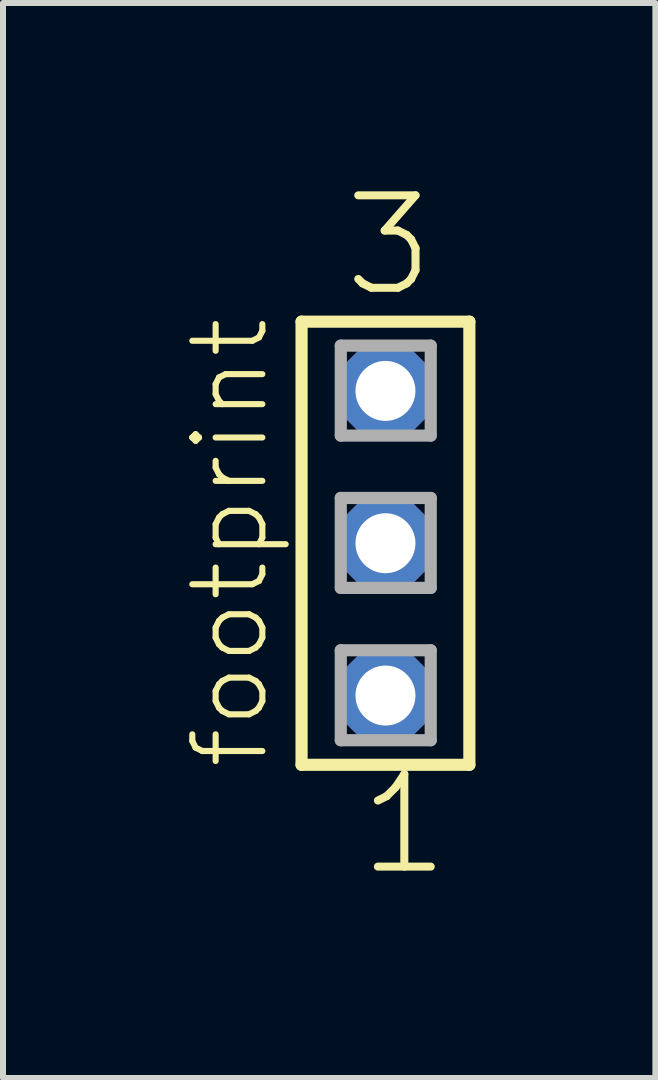
<source format=kicad_pcb>
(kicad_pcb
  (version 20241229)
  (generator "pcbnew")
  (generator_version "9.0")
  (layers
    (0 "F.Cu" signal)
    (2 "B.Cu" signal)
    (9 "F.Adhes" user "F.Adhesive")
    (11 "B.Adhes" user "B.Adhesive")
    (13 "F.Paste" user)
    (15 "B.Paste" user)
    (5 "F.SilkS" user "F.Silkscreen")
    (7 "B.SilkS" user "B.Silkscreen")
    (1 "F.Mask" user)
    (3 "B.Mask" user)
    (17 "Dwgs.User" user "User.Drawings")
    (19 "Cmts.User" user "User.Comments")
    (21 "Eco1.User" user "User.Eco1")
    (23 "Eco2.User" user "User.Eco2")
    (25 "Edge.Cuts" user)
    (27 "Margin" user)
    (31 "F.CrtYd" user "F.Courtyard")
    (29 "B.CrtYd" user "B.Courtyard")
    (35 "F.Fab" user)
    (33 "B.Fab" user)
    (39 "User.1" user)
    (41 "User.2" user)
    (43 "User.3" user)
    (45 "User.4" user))
  (footprint "footprint"
    (layer "F.Cu")
    (at 3.378 6.009)
    (property "Reference" "footprint" (at -1.905 3.81 90) (layer "F.SilkS") (effects (font (size 1.168 1.168) (thickness 0.102)) (justify left bottom)))
    (fp_line (start -1.399 -3.695) (end 1.399 -3.695) (stroke (width 0.203) (type solid)) (layer "F.SilkS"))
    (fp_line (start -1.399 3.695) (end -1.399 -3.695) (stroke (width 0.203) (type solid)) (layer "F.SilkS"))
    (fp_line (start 1.399 -3.695) (end 1.399 3.695) (stroke (width 0.203) (type solid)) (layer "F.SilkS"))
    (fp_line (start 1.399 3.695) (end -1.399 3.695) (stroke (width 0.203) (type solid)) (layer "F.SilkS"))
    (fp_line (start -0.745 -3.295) (end 0.755 -3.295) (stroke (width 0.203) (type solid)) (layer "F.Fab"))
    (fp_line (start -0.745 -1.795) (end -0.745 -3.295) (stroke (width 0.203) (type solid)) (layer "F.Fab"))
    (fp_line (start -0.745 -0.755) (end 0.755 -0.755) (stroke (width 0.203) (type solid)) (layer "F.Fab"))
    (fp_line (start -0.745 0.745) (end -0.745 -0.755) (stroke (width 0.203) (type solid)) (layer "F.Fab"))
    (fp_line (start -0.745 1.785) (end 0.755 1.785) (stroke (width 0.203) (type solid)) (layer "F.Fab"))
    (fp_line (start -0.745 3.285) (end -0.745 1.785) (stroke (width 0.203) (type solid)) (layer "F.Fab"))
    (fp_line (start 0.755 -3.295) (end 0.755 -1.795) (stroke (width 0.203) (type solid)) (layer "F.Fab"))
    (fp_line (start 0.755 -1.795) (end -0.745 -1.795) (stroke (width 0.203) (type solid)) (layer "F.Fab"))
    (fp_line (start 0.755 -0.755) (end 0.755 0.745) (stroke (width 0.203) (type solid)) (layer "F.Fab"))
    (fp_line (start 0.755 0.745) (end -0.745 0.745) (stroke (width 0.203) (type solid)) (layer "F.Fab"))
    (fp_line (start 0.755 1.785) (end 0.755 3.285) (stroke (width 0.203) (type solid)) (layer "F.Fab"))
    (fp_line (start 0.755 3.285) (end -0.745 3.285) (stroke (width 0.203) (type solid)) (layer "F.Fab"))
    (fp_text user "1" (at -0.508 5.588 0) (layer "F.SilkS") (effects (font (size 1.542 1.542) (thickness 0.134)) (justify left bottom)))
    (fp_text user "3" (at -0.762 -4.064 0) (layer "F.SilkS") (effects (font (size 1.542 1.542) (thickness 0.134)) (justify left bottom)))
    (pad "1" thru_hole roundrect (at 0 2.54) (size 1.5 1.5) (drill 1) (layers "*.Cu" "*.Mask") (roundrect_rratio 0.25) (chamfer_ratio 0.25) (chamfer top_left top_right bottom_left bottom_right))
    (pad "2" thru_hole roundrect (at 0 0) (size 1.5 1.5) (drill 1) (layers "*.Cu" "*.Mask") (roundrect_rratio 0.25) (chamfer_ratio 0.25) (chamfer top_left top_right bottom_left bottom_right))
    (pad "3" thru_hole roundrect (at 0 -2.54) (size 1.5 1.5) (drill 1) (layers "*.Cu" "*.Mask") (roundrect_rratio 0.25) (chamfer_ratio 0.25) (chamfer top_left top_right bottom_left bottom_right)))
  (gr_rect
    (start -3 -3)
    (end 7.879 14.927)
    (stroke (width 0.1) (type default))
    (fill no)
    (layer "Edge.Cuts")))
</source>
